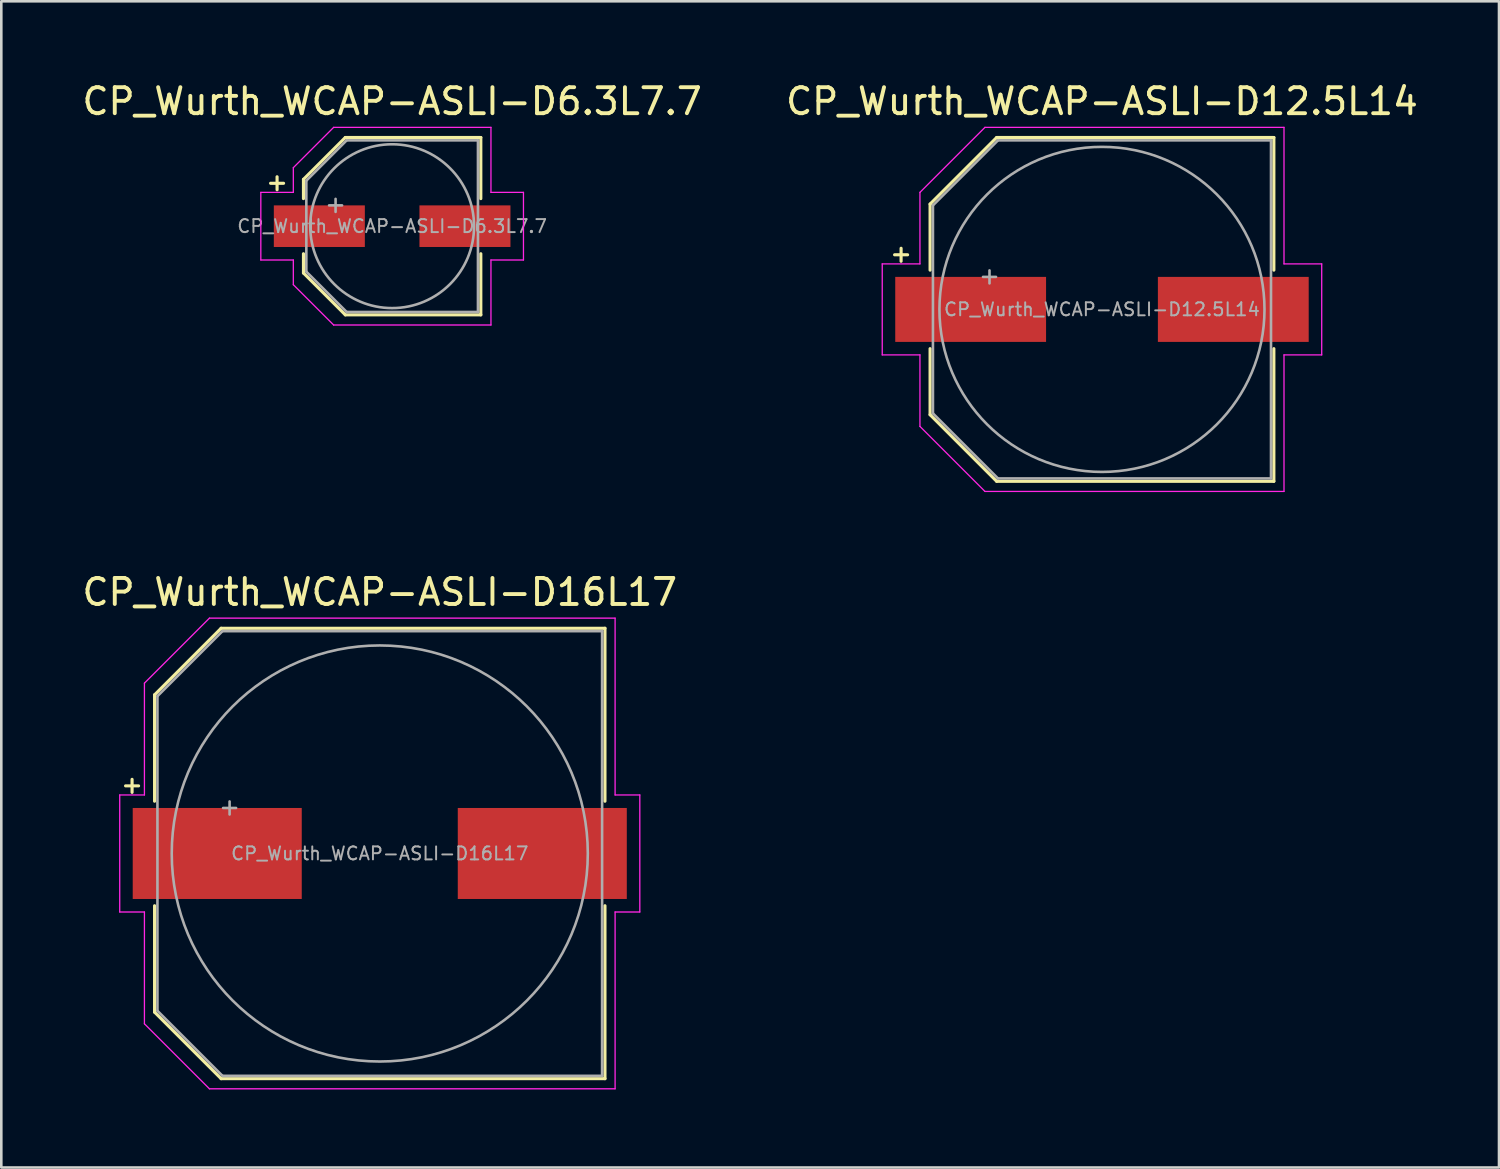
<source format=kicad_pcb>
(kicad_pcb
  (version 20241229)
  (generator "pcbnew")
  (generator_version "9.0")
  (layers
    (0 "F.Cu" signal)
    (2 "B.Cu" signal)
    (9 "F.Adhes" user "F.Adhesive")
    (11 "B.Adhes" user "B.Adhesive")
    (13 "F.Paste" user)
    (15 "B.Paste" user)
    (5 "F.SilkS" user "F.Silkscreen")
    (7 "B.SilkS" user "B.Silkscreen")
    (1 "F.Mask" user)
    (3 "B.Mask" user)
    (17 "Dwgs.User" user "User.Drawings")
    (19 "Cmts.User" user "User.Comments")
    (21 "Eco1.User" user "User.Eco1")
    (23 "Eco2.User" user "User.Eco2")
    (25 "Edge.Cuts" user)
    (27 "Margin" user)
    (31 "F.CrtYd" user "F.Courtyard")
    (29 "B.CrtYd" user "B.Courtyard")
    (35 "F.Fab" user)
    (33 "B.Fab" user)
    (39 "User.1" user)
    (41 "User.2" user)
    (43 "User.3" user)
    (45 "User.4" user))
  (footprint "CP_Wurth_WCAP-ASLI-D6.3L7.7"
    (layer "F.Cu")
    (at 12.03 5.648)
    (property "Reference" "CP_Wurth_WCAP-ASLI-D6.3L7.7" (at 0 -4.8 0) (unlocked yes) (layer "F.SilkS") (effects (font (size 1 1) (thickness 0.15))))
    (attr smd)
    (fp_line (start -4.425 -1.4) (end -4.425 -1.9) (stroke (width 0.12) (type solid)) (layer "F.SilkS"))
    (fp_line (start -4.175 -1.65) (end -4.675 -1.65) (stroke (width 0.12) (type solid)) (layer "F.SilkS"))
    (fp_line (start -3.41 -1.8) (end -3.41 -1.06) (stroke (width 0.12) (type default)) (layer "F.SilkS"))
    (fp_line (start -3.41 -1.8) (end -1.8 -3.41) (stroke (width 0.12) (type default)) (layer "F.SilkS"))
    (fp_line (start -3.41 1.8) (end -3.41 1.06) (stroke (width 0.12) (type default)) (layer "F.SilkS"))
    (fp_line (start -3.41 1.8) (end -1.8 3.41) (stroke (width 0.12) (type default)) (layer "F.SilkS"))
    (fp_line (start -1.8 -3.41) (end 3.41 -3.41) (stroke (width 0.12) (type solid)) (layer "F.SilkS"))
    (fp_line (start -1.8 3.41) (end 3.41 3.41) (stroke (width 0.12) (type solid)) (layer "F.SilkS"))
    (fp_line (start 3.41 -3.41) (end 3.41 -1.06) (stroke (width 0.12) (type default)) (layer "F.SilkS"))
    (fp_line (start 3.41 1.06) (end 3.41 3.41) (stroke (width 0.12) (type default)) (layer "F.SilkS"))
    (fp_line (start -5.05 -1.3) (end -5.05 1.3) (stroke (width 0.05) (type default)) (layer "F.CrtYd"))
    (fp_line (start -5.05 -1.3) (end -3.8 -1.3) (stroke (width 0.05) (type default)) (layer "F.CrtYd"))
    (fp_line (start -5.05 1.3) (end -3.8 1.3) (stroke (width 0.05) (type default)) (layer "F.CrtYd"))
    (fp_line (start -3.8 -2.25) (end -3.8 -1.3) (stroke (width 0.05) (type default)) (layer "F.CrtYd"))
    (fp_line (start -3.8 -2.25) (end -2.25 -3.8) (stroke (width 0.05) (type default)) (layer "F.CrtYd"))
    (fp_line (start -3.8 1.3) (end -3.8 2.25) (stroke (width 0.05) (type default)) (layer "F.CrtYd"))
    (fp_line (start -3.8 2.25) (end -2.25 3.8) (stroke (width 0.05) (type default)) (layer "F.CrtYd"))
    (fp_line (start -2.25 -3.8) (end 3.8 -3.8) (stroke (width 0.05) (type default)) (layer "F.CrtYd"))
    (fp_line (start -2.25 3.8) (end 3.8 3.8) (stroke (width 0.05) (type default)) (layer "F.CrtYd"))
    (fp_line (start 3.8 -3.8) (end 3.8 -1.3) (stroke (width 0.05) (type default)) (layer "F.CrtYd"))
    (fp_line (start 3.8 -1.3) (end 5.05 -1.3) (stroke (width 0.05) (type default)) (layer "F.CrtYd"))
    (fp_line (start 3.8 1.3) (end 3.8 3.8) (stroke (width 0.05) (type default)) (layer "F.CrtYd"))
    (fp_line (start 3.8 1.3) (end 5.05 1.3) (stroke (width 0.05) (type default)) (layer "F.CrtYd"))
    (fp_line (start 5.05 -1.3) (end 5.05 1.3) (stroke (width 0.05) (type default)) (layer "F.CrtYd"))
    (fp_line (start -3.3 -1.75) (end -1.75 -3.3) (stroke (width 0.1) (type default)) (layer "F.Fab"))
    (fp_line (start -3.3 1.75) (end -3.3 -1.75) (stroke (width 0.1) (type default)) (layer "F.Fab"))
    (fp_line (start -2.175 -0.55) (end -2.175 -1.05) (stroke (width 0.1) (type default)) (layer "F.Fab"))
    (fp_line (start -1.925 -0.8) (end -2.425 -0.8) (stroke (width 0.1) (type default)) (layer "F.Fab"))
    (fp_line (start -1.75 -3.3) (end 3.3 -3.3) (stroke (width 0.1) (type default)) (layer "F.Fab"))
    (fp_line (start -1.75 3.3) (end -3.3 1.75) (stroke (width 0.1) (type default)) (layer "F.Fab"))
    (fp_line (start 3.3 -3.3) (end 3.3 3.3) (stroke (width 0.1) (type default)) (layer "F.Fab"))
    (fp_line (start 3.3 3.3) (end -1.75 3.3) (stroke (width 0.1) (type default)) (layer "F.Fab"))
    (fp_circle (center 0 0) (end 3.15 0) (stroke (width 0.1) (type default)) (fill no) (layer "F.Fab"))
    (fp_text user "${REFERENCE}" (at 0 0 0) (unlocked yes) (layer "F.Fab") (effects (font (size 0.5 0.5) (thickness 0.075))))
    (pad "1" smd rect (at -2.8 0) (size 3.5 1.6) (layers "F.Cu" "F.Mask" "F.Paste"))
    (pad "2" smd rect (at 2.8 0) (size 3.5 1.6) (layers "F.Cu" "F.Mask" "F.Paste")))
  (footprint "CP_Wurth_WCAP-ASLI-D12.5L14"
    (layer "F.Cu")
    (at 39.327 8.848)
    (property "Reference" "CP_Wurth_WCAP-ASLI-D12.5L14" (at 0 -8 0) (unlocked yes) (layer "F.SilkS") (effects (font (size 1 1) (thickness 0.15))))
    (attr smd)
    (fp_line (start -7.725 -1.85) (end -7.725 -2.35) (stroke (width 0.12) (type solid)) (layer "F.SilkS"))
    (fp_line (start -7.475 -2.1) (end -7.975 -2.1) (stroke (width 0.12) (type solid)) (layer "F.SilkS"))
    (fp_line (start -6.61 -4.05) (end -6.61 -1.51) (stroke (width 0.12) (type default)) (layer "F.SilkS"))
    (fp_line (start -6.61 -4.05) (end -4.05 -6.61) (stroke (width 0.12) (type default)) (layer "F.SilkS"))
    (fp_line (start -6.61 4.05) (end -6.61 1.51) (stroke (width 0.12) (type default)) (layer "F.SilkS"))
    (fp_line (start -6.61 4.05) (end -4.05 6.61) (stroke (width 0.12) (type default)) (layer "F.SilkS"))
    (fp_line (start -4.05 -6.61) (end 6.61 -6.61) (stroke (width 0.12) (type solid)) (layer "F.SilkS"))
    (fp_line (start -4.05 6.61) (end 6.61 6.61) (stroke (width 0.12) (type solid)) (layer "F.SilkS"))
    (fp_line (start 6.61 -6.61) (end 6.61 -1.51) (stroke (width 0.12) (type default)) (layer "F.SilkS"))
    (fp_line (start 6.61 1.51) (end 6.61 6.61) (stroke (width 0.12) (type default)) (layer "F.SilkS"))
    (fp_line (start -8.45 -1.75) (end -8.45 1.75) (stroke (width 0.05) (type default)) (layer "F.CrtYd"))
    (fp_line (start -8.45 -1.75) (end -7 -1.75) (stroke (width 0.05) (type default)) (layer "F.CrtYd"))
    (fp_line (start -8.45 1.75) (end -7 1.75) (stroke (width 0.05) (type default)) (layer "F.CrtYd"))
    (fp_line (start -7 -4.5) (end -7 -1.75) (stroke (width 0.05) (type default)) (layer "F.CrtYd"))
    (fp_line (start -7 -4.5) (end -4.5 -7) (stroke (width 0.05) (type default)) (layer "F.CrtYd"))
    (fp_line (start -7 1.75) (end -7 4.5) (stroke (width 0.05) (type default)) (layer "F.CrtYd"))
    (fp_line (start -7 4.5) (end -4.5 7) (stroke (width 0.05) (type default)) (layer "F.CrtYd"))
    (fp_line (start -4.5 -7) (end 7 -7) (stroke (width 0.05) (type default)) (layer "F.CrtYd"))
    (fp_line (start -4.5 7) (end 7 7) (stroke (width 0.05) (type default)) (layer "F.CrtYd"))
    (fp_line (start 7 -7) (end 7 -1.75) (stroke (width 0.05) (type default)) (layer "F.CrtYd"))
    (fp_line (start 7 -1.75) (end 8.45 -1.75) (stroke (width 0.05) (type default)) (layer "F.CrtYd"))
    (fp_line (start 7 1.75) (end 7 7) (stroke (width 0.05) (type default)) (layer "F.CrtYd"))
    (fp_line (start 7 1.75) (end 8.45 1.75) (stroke (width 0.05) (type default)) (layer "F.CrtYd"))
    (fp_line (start 8.45 -1.75) (end 8.45 1.75) (stroke (width 0.05) (type default)) (layer "F.CrtYd"))
    (fp_line (start -6.5 -4) (end -4 -6.5) (stroke (width 0.1) (type default)) (layer "F.Fab"))
    (fp_line (start -6.5 4) (end -6.5 -4) (stroke (width 0.1) (type default)) (layer "F.Fab"))
    (fp_line (start -4.325 -1) (end -4.325 -1.5) (stroke (width 0.1) (type default)) (layer "F.Fab"))
    (fp_line (start -4.075 -1.25) (end -4.575 -1.25) (stroke (width 0.1) (type default)) (layer "F.Fab"))
    (fp_line (start -4 -6.5) (end 6.5 -6.5) (stroke (width 0.1) (type default)) (layer "F.Fab"))
    (fp_line (start -4 6.5) (end -6.5 4) (stroke (width 0.1) (type default)) (layer "F.Fab"))
    (fp_line (start 6.5 -6.5) (end 6.5 6.5) (stroke (width 0.1) (type default)) (layer "F.Fab"))
    (fp_line (start 6.5 6.5) (end -4 6.5) (stroke (width 0.1) (type default)) (layer "F.Fab"))
    (fp_circle (center 0 0) (end 6.25 0) (stroke (width 0.1) (type default)) (fill no) (layer "F.Fab"))
    (fp_text user "${REFERENCE}" (at 0 0 0) (unlocked yes) (layer "F.Fab") (effects (font (size 0.5 0.5) (thickness 0.075))))
    (pad "1" smd rect (at -5.05 0) (size 5.8 2.5) (layers "F.Cu" "F.Mask" "F.Paste"))
    (pad "2" smd rect (at 5.05 0) (size 5.8 2.5) (layers "F.Cu" "F.Mask" "F.Paste")))
  (footprint "CP_Wurth_WCAP-ASLI-D16L17"
    (layer "F.Cu")
    (at 11.554 29.771)
    (property "Reference" "CP_Wurth_WCAP-ASLI-D16L17" (at 0 -10.05 0) (unlocked yes) (layer "F.SilkS") (effects (font (size 1 1) (thickness 0.15))))
    (attr smd)
    (fp_line (start -9.525 -2.35) (end -9.525 -2.85) (stroke (width 0.12) (type solid)) (layer "F.SilkS"))
    (fp_line (start -9.275 -2.6) (end -9.775 -2.6) (stroke (width 0.12) (type solid)) (layer "F.SilkS"))
    (fp_line (start -8.66 -6.1) (end -8.66 -2.01) (stroke (width 0.12) (type default)) (layer "F.SilkS"))
    (fp_line (start -8.66 -6.1) (end -6.1 -8.66) (stroke (width 0.12) (type default)) (layer "F.SilkS"))
    (fp_line (start -8.66 6.1) (end -8.66 2.01) (stroke (width 0.12) (type default)) (layer "F.SilkS"))
    (fp_line (start -8.66 6.1) (end -6.1 8.66) (stroke (width 0.12) (type default)) (layer "F.SilkS"))
    (fp_line (start -6.1 -8.66) (end 8.66 -8.66) (stroke (width 0.12) (type solid)) (layer "F.SilkS"))
    (fp_line (start -6.1 8.66) (end 8.66 8.66) (stroke (width 0.12) (type solid)) (layer "F.SilkS"))
    (fp_line (start 8.66 -8.66) (end 8.66 -2.01) (stroke (width 0.12) (type default)) (layer "F.SilkS"))
    (fp_line (start 8.66 2.01) (end 8.66 8.66) (stroke (width 0.12) (type default)) (layer "F.SilkS"))
    (fp_line (start -10 -2.25) (end -10 2.25) (stroke (width 0.05) (type default)) (layer "F.CrtYd"))
    (fp_line (start -10 -2.25) (end -9.05 -2.25) (stroke (width 0.05) (type default)) (layer "F.CrtYd"))
    (fp_line (start -10 2.25) (end -9.05 2.25) (stroke (width 0.05) (type default)) (layer "F.CrtYd"))
    (fp_line (start -9.05 -6.55) (end -9.05 -2.25) (stroke (width 0.05) (type default)) (layer "F.CrtYd"))
    (fp_line (start -9.05 -6.55) (end -6.55 -9.05) (stroke (width 0.05) (type default)) (layer "F.CrtYd"))
    (fp_line (start -9.05 2.25) (end -9.05 6.55) (stroke (width 0.05) (type default)) (layer "F.CrtYd"))
    (fp_line (start -9.05 6.55) (end -6.55 9.05) (stroke (width 0.05) (type default)) (layer "F.CrtYd"))
    (fp_line (start -6.55 -9.05) (end 9.05 -9.05) (stroke (width 0.05) (type default)) (layer "F.CrtYd"))
    (fp_line (start -6.55 9.05) (end 9.05 9.05) (stroke (width 0.05) (type default)) (layer "F.CrtYd"))
    (fp_line (start 9.05 -9.05) (end 9.05 -2.25) (stroke (width 0.05) (type default)) (layer "F.CrtYd"))
    (fp_line (start 9.05 -2.25) (end 10 -2.25) (stroke (width 0.05) (type default)) (layer "F.CrtYd"))
    (fp_line (start 9.05 2.25) (end 9.05 9.05) (stroke (width 0.05) (type default)) (layer "F.CrtYd"))
    (fp_line (start 9.05 2.25) (end 10 2.25) (stroke (width 0.05) (type default)) (layer "F.CrtYd"))
    (fp_line (start 10 -2.25) (end 10 2.25) (stroke (width 0.05) (type default)) (layer "F.CrtYd"))
    (fp_line (start -8.55 -6.05) (end -6.05 -8.55) (stroke (width 0.1) (type default)) (layer "F.Fab"))
    (fp_line (start -8.55 6.05) (end -8.55 -6.05) (stroke (width 0.1) (type default)) (layer "F.Fab"))
    (fp_line (start -6.05 -8.55) (end 8.55 -8.55) (stroke (width 0.1) (type default)) (layer "F.Fab"))
    (fp_line (start -6.05 8.55) (end -8.55 6.05) (stroke (width 0.1) (type default)) (layer "F.Fab"))
    (fp_line (start -5.775 -1.5) (end -5.775 -2) (stroke (width 0.1) (type default)) (layer "F.Fab"))
    (fp_line (start -5.525 -1.75) (end -6.025 -1.75) (stroke (width 0.1) (type default)) (layer "F.Fab"))
    (fp_line (start 8.55 -8.55) (end 8.55 8.55) (stroke (width 0.1) (type default)) (layer "F.Fab"))
    (fp_line (start 8.55 8.55) (end -6.05 8.55) (stroke (width 0.1) (type default)) (layer "F.Fab"))
    (fp_circle (center 0 0) (end 8 0) (stroke (width 0.1) (type default)) (fill no) (layer "F.Fab"))
    (fp_text user "${REFERENCE}" (at 0 0 0) (unlocked yes) (layer "F.Fab") (effects (font (size 0.5 0.5) (thickness 0.075))))
    (pad "1" smd rect (at -6.25 0) (size 6.5 3.5) (layers "F.Cu" "F.Mask" "F.Paste"))
    (pad "2" smd rect (at 6.25 0) (size 6.5 3.5) (layers "F.Cu" "F.Mask" "F.Paste")))
  (gr_rect
    (start -3 -3)
    (end 54.595 41.846)
    (stroke (width 0.1) (type default))
    (fill no)
    (layer "Edge.Cuts")))
</source>
